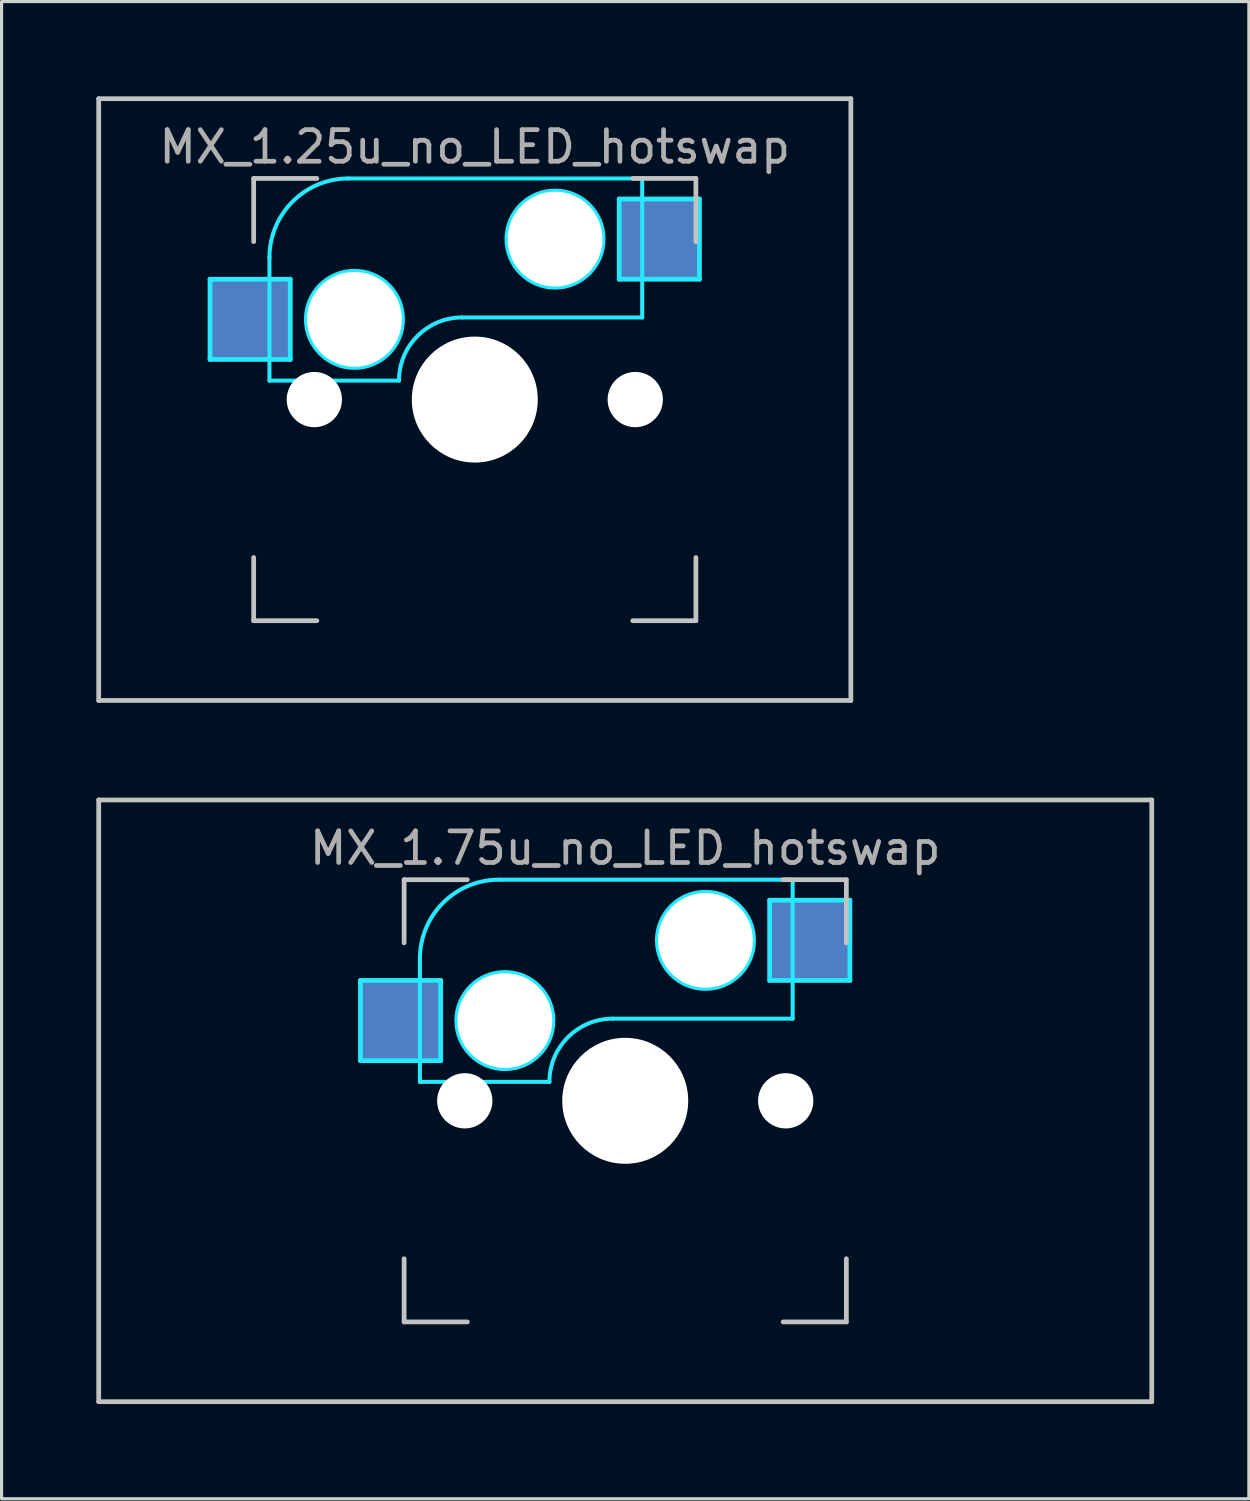
<source format=kicad_pcb>
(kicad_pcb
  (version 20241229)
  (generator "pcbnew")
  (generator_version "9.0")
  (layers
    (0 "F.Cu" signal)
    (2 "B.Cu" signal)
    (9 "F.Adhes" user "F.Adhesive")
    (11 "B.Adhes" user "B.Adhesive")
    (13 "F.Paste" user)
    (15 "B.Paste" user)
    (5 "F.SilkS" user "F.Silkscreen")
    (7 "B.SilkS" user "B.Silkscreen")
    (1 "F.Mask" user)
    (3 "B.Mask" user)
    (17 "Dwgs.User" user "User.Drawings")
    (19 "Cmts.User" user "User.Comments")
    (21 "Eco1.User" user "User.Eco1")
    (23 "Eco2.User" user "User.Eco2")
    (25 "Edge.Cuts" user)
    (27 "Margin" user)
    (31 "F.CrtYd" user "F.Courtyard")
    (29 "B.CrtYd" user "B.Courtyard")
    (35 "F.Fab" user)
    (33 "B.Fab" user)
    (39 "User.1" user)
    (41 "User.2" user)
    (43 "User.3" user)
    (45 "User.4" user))
  (footprint "MX_1.75u_no_LED_hotswap"
    (layer "F.Cu")
    (at 16.744 31.8)
    (property "Reference" "MX_1.75u_no_LED_hotswap" (at 0 -8 0) (layer "F.Fab") (effects (font (size 1 1) (thickness 0.15))))
    (attr through_hole)
    (fp_line (start -16.669 -9.525) (end 16.669 -9.525) (stroke (width 0.15) (type solid)) (layer "Dwgs.User"))
    (fp_line (start -16.669 9.525) (end -16.669 -9.525) (stroke (width 0.15) (type solid)) (layer "Dwgs.User"))
    (fp_line (start -7 -7) (end -7 -5) (stroke (width 0.15) (type solid)) (layer "Dwgs.User"))
    (fp_line (start -7 5) (end -7 7) (stroke (width 0.15) (type solid)) (layer "Dwgs.User"))
    (fp_line (start -7 7) (end -5 7) (stroke (width 0.15) (type solid)) (layer "Dwgs.User"))
    (fp_line (start -5 -7) (end -7 -7) (stroke (width 0.15) (type solid)) (layer "Dwgs.User"))
    (fp_line (start 5 -7) (end 7 -7) (stroke (width 0.15) (type solid)) (layer "Dwgs.User"))
    (fp_line (start 5 7) (end 7 7) (stroke (width 0.15) (type solid)) (layer "Dwgs.User"))
    (fp_line (start 7 -7) (end 7 -5) (stroke (width 0.15) (type solid)) (layer "Dwgs.User"))
    (fp_line (start 7 7) (end 7 5) (stroke (width 0.15) (type solid)) (layer "Dwgs.User"))
    (fp_line (start 16.669 -9.525) (end 16.669 9.525) (stroke (width 0.15) (type solid)) (layer "Dwgs.User"))
    (fp_line (start 16.669 9.525) (end -16.669 9.525) (stroke (width 0.15) (type solid)) (layer "Dwgs.User"))
    (fp_line (start -8.382 -3.81) (end -8.382 -1.27) (stroke (width 0.15) (type solid)) (layer "B.CrtYd"))
    (fp_line (start -8.382 -1.27) (end -5.842 -1.27) (stroke (width 0.15) (type solid)) (layer "B.CrtYd"))
    (fp_line (start -6.5 -4.5) (end -6.5 -0.6) (stroke (width 0.127) (type solid)) (layer "B.CrtYd"))
    (fp_line (start -6.5 -0.6) (end -2.4 -0.6) (stroke (width 0.127) (type solid)) (layer "B.CrtYd"))
    (fp_line (start -5.842 -3.81) (end -8.382 -3.81) (stroke (width 0.15) (type solid)) (layer "B.CrtYd"))
    (fp_line (start -5.842 -1.27) (end -5.842 -3.81) (stroke (width 0.15) (type solid)) (layer "B.CrtYd"))
    (fp_line (start -0.4 -2.6) (end 5.3 -2.6) (stroke (width 0.127) (type solid)) (layer "B.CrtYd"))
    (fp_line (start 4.572 -6.35) (end 7.112 -6.35) (stroke (width 0.15) (type solid)) (layer "B.CrtYd"))
    (fp_line (start 4.572 -3.81) (end 4.572 -6.35) (stroke (width 0.15) (type solid)) (layer "B.CrtYd"))
    (fp_line (start 5.3 -7) (end -4 -7) (stroke (width 0.127) (type solid)) (layer "B.CrtYd"))
    (fp_line (start 5.3 -7) (end 5.3 -2.6) (stroke (width 0.127) (type solid)) (layer "B.CrtYd"))
    (fp_line (start 7.112 -6.35) (end 7.112 -3.81) (stroke (width 0.15) (type solid)) (layer "B.CrtYd"))
    (fp_line (start 7.112 -3.81) (end 4.572 -3.81) (stroke (width 0.15) (type solid)) (layer "B.CrtYd"))
    (fp_arc (start -6.5 -4.5) (mid -5.767767 -6.267767) (end -4 -7) (stroke (width 0.127) (type solid)) (layer "B.CrtYd"))
    (fp_arc (start -2.4 -0.6) (mid -1.814214 -2.014214) (end -0.4 -2.6) (stroke (width 0.127) (type solid)) (layer "B.CrtYd"))
    (fp_circle (center -3.81 -2.54) (end -3.81 -4.064) (stroke (width 0.15) (type solid)) (fill no) (layer "B.CrtYd"))
    (fp_circle (center 2.54 -5.08) (end 2.54 -6.604) (stroke (width 0.15) (type solid)) (fill no) (layer "B.CrtYd"))
    (pad "" np_thru_hole circle (at -5.08 0 48.1) (size 1.75 1.75) (drill 1.75) (layers "*.Cu" "*.Mask"))
    (pad "" np_thru_hole circle (at -3.81 -2.54) (size 3 3) (drill 3) (layers "*.Cu" "*.Mask"))
    (pad "" np_thru_hole circle (at 0 0) (size 3.988 3.988) (drill 3.988) (layers "*.Cu" "*.Mask"))
    (pad "" np_thru_hole circle (at 2.54 -5.08) (size 3 3) (drill 3) (layers "*.Cu" "*.Mask"))
    (pad "" np_thru_hole circle (at 5.08 0 48.1) (size 1.75 1.75) (drill 1.75) (layers "*.Cu" "*.Mask"))
    (pad "1" smd rect (at 5.842 -5.08) (size 2.55 2.5) (layers "B.Cu" "B.Mask"))
    (pad "2" smd rect (at -7.085 -2.54) (size 2.55 2.5) (layers "B.Cu" "B.Mask")))
  (footprint "MX_1.25u_no_LED_hotswap"
    (layer "F.Cu")
    (at 11.981 9.6)
    (property "Reference" "MX_1.25u_no_LED_hotswap" (at 0 -8 0) (layer "F.Fab") (effects (font (size 1 1) (thickness 0.15))))
    (attr through_hole)
    (fp_line (start -11.906 -9.525) (end 11.906 -9.525) (stroke (width 0.15) (type solid)) (layer "Dwgs.User"))
    (fp_line (start -11.906 9.525) (end -11.906 -9.525) (stroke (width 0.15) (type solid)) (layer "Dwgs.User"))
    (fp_line (start -7 -7) (end -7 -5) (stroke (width 0.15) (type solid)) (layer "Dwgs.User"))
    (fp_line (start -7 5) (end -7 7) (stroke (width 0.15) (type solid)) (layer "Dwgs.User"))
    (fp_line (start -7 7) (end -5 7) (stroke (width 0.15) (type solid)) (layer "Dwgs.User"))
    (fp_line (start -5 -7) (end -7 -7) (stroke (width 0.15) (type solid)) (layer "Dwgs.User"))
    (fp_line (start 5 -7) (end 7 -7) (stroke (width 0.15) (type solid)) (layer "Dwgs.User"))
    (fp_line (start 5 7) (end 7 7) (stroke (width 0.15) (type solid)) (layer "Dwgs.User"))
    (fp_line (start 7 -7) (end 7 -5) (stroke (width 0.15) (type solid)) (layer "Dwgs.User"))
    (fp_line (start 7 7) (end 7 5) (stroke (width 0.15) (type solid)) (layer "Dwgs.User"))
    (fp_line (start 11.906 -9.525) (end 11.906 9.525) (stroke (width 0.15) (type solid)) (layer "Dwgs.User"))
    (fp_line (start 11.906 9.525) (end -11.906 9.525) (stroke (width 0.15) (type solid)) (layer "Dwgs.User"))
    (fp_line (start -8.382 -3.81) (end -8.382 -1.27) (stroke (width 0.15) (type solid)) (layer "B.CrtYd"))
    (fp_line (start -8.382 -1.27) (end -5.842 -1.27) (stroke (width 0.15) (type solid)) (layer "B.CrtYd"))
    (fp_line (start -6.5 -4.5) (end -6.5 -0.6) (stroke (width 0.127) (type solid)) (layer "B.CrtYd"))
    (fp_line (start -6.5 -0.6) (end -2.4 -0.6) (stroke (width 0.127) (type solid)) (layer "B.CrtYd"))
    (fp_line (start -5.842 -3.81) (end -8.382 -3.81) (stroke (width 0.15) (type solid)) (layer "B.CrtYd"))
    (fp_line (start -5.842 -1.27) (end -5.842 -3.81) (stroke (width 0.15) (type solid)) (layer "B.CrtYd"))
    (fp_line (start -0.4 -2.6) (end 5.3 -2.6) (stroke (width 0.127) (type solid)) (layer "B.CrtYd"))
    (fp_line (start 4.572 -6.35) (end 7.112 -6.35) (stroke (width 0.15) (type solid)) (layer "B.CrtYd"))
    (fp_line (start 4.572 -3.81) (end 4.572 -6.35) (stroke (width 0.15) (type solid)) (layer "B.CrtYd"))
    (fp_line (start 5.3 -7) (end -4 -7) (stroke (width 0.127) (type solid)) (layer "B.CrtYd"))
    (fp_line (start 5.3 -7) (end 5.3 -2.6) (stroke (width 0.127) (type solid)) (layer "B.CrtYd"))
    (fp_line (start 7.112 -6.35) (end 7.112 -3.81) (stroke (width 0.15) (type solid)) (layer "B.CrtYd"))
    (fp_line (start 7.112 -3.81) (end 4.572 -3.81) (stroke (width 0.15) (type solid)) (layer "B.CrtYd"))
    (fp_arc (start -6.5 -4.5) (mid -5.767767 -6.267767) (end -4 -7) (stroke (width 0.127) (type solid)) (layer "B.CrtYd"))
    (fp_arc (start -2.4 -0.6) (mid -1.814214 -2.014214) (end -0.4 -2.6) (stroke (width 0.127) (type solid)) (layer "B.CrtYd"))
    (fp_circle (center -3.81 -2.54) (end -3.81 -4.064) (stroke (width 0.15) (type solid)) (fill no) (layer "B.CrtYd"))
    (fp_circle (center 2.54 -5.08) (end 2.54 -6.604) (stroke (width 0.15) (type solid)) (fill no) (layer "B.CrtYd"))
    (pad "" np_thru_hole circle (at -5.08 0 48.1) (size 1.75 1.75) (drill 1.75) (layers "*.Cu" "*.Mask"))
    (pad "" np_thru_hole circle (at -3.81 -2.54) (size 3 3) (drill 3) (layers "*.Cu" "*.Mask"))
    (pad "" np_thru_hole circle (at 0 0) (size 3.988 3.988) (drill 3.988) (layers "*.Cu" "*.Mask"))
    (pad "" np_thru_hole circle (at 2.54 -5.08) (size 3 3) (drill 3) (layers "*.Cu" "*.Mask"))
    (pad "" np_thru_hole circle (at 5.08 0 48.1) (size 1.75 1.75) (drill 1.75) (layers "*.Cu" "*.Mask"))
    (pad "1" smd rect (at 5.842 -5.08) (size 2.55 2.5) (layers "B.Cu" "B.Mask"))
    (pad "2" smd rect (at -7.085 -2.54) (size 2.55 2.5) (layers "B.Cu" "B.Mask")))
  (gr_rect
    (start -3 -3)
    (end 36.487 44.4)
    (stroke (width 0.1) (type default))
    (fill no)
    (layer "Edge.Cuts")))
</source>
